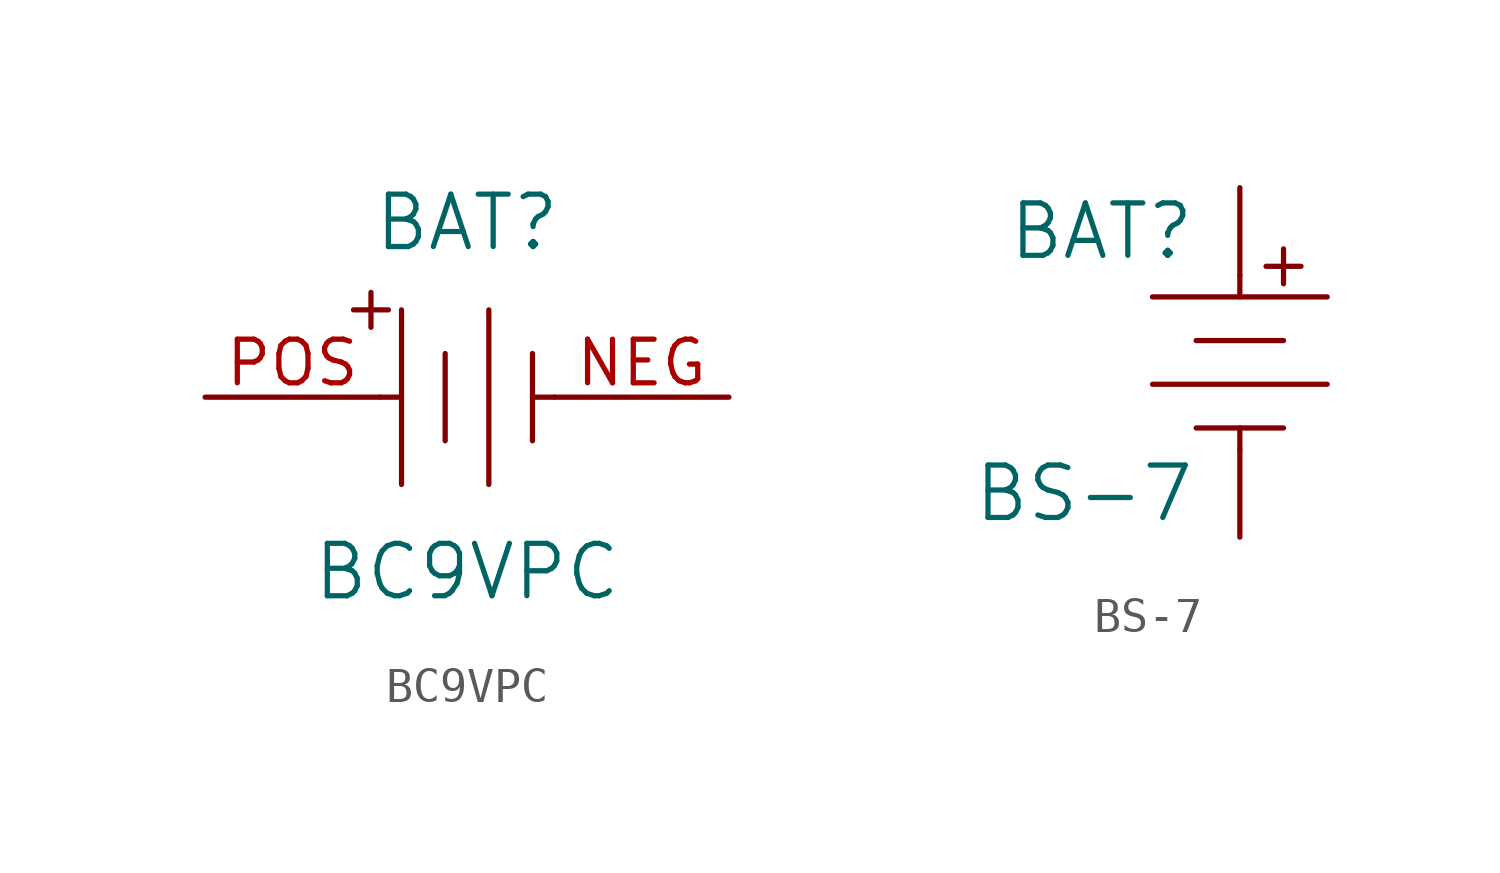
<source format=kicad_sym>
(kicad_symbol_lib
  (version 20201005)
  (generator kicad_symbol_editor)
  (symbol "BC9VPC"
    (pin_names
      (offset 1.016))
    (property "Reference" "BAT"
      (at 0 5.08 0)
      (effects (font (size 1.524 1.524))))
    (property "Value" "BC9VPC"
      (at 0 -5.08 0)
      (effects (font (size 1.524 1.524))))
    (symbol "BC9VPC_1_1"
      (polyline (pts (xy -2.794 3.048) (xy -2.794 2.032)) (stroke (width 0)) (fill (type none)))
      (polyline (pts (xy -2.286 2.54) (xy -3.302 2.54)) (stroke (width 0)) (fill (type none)))
      (polyline (pts (xy -1.905 0) (xy -2.54 0)) (stroke (width 0)) (fill (type none)))
      (polyline (pts (xy -1.905 2.54) (xy -1.905 -2.54)) (stroke (width 0)) (fill (type none)))
      (polyline (pts (xy -0.635 1.27) (xy -0.635 -1.27)) (stroke (width 0)) (fill (type none)))
      (polyline (pts (xy 0.635 2.54) (xy 0.635 -2.54)) (stroke (width 0)) (fill (type none)))
      (polyline (pts (xy 1.905 1.27) (xy 1.905 -1.27)) (stroke (width 0)) (fill (type none)))
      (polyline (pts (xy 2.54 0) (xy 1.905 0)) (stroke (width 0)) (fill (type none)))
      (pin power_in line (at 7.62 0 180) (length 5.08) (name "~" (effects (font (size 1.27 1.27)))) (number "NEG" (effects (font (size 1.27 1.27)))))
      (pin power_in line (at -7.62 0 0) (length 5.08) (name "~" (effects (font (size 1.27 1.27)))) (number "POS" (effects (font (size 1.27 1.27)))))))
  (symbol "BS-7"
    (pin_numbers hide)
    (pin_names
      (offset 1.016))
    (property "Reference" "BAT"
      (at -1.27 3.81 0)
      (effects (font (size 1.524 1.524)) (justify right)))
    (property "Value" "BS-7"
      (at -1.27 -3.81 0)
      (effects (font (size 1.524 1.524)) (justify right)))
    (symbol "BS-7_1_1"
      (polyline (pts (xy 0 -2.54) (xy 0 -1.905)) (stroke (width 0)) (fill (type none)))
      (polyline (pts (xy 0 1.905) (xy 0 2.54)) (stroke (width 0)) (fill (type none)))
      (polyline (pts (xy 1.27 -1.905) (xy -1.27 -1.905)) (stroke (width 0)) (fill (type none)))
      (polyline (pts (xy 1.27 0.635) (xy -1.27 0.635)) (stroke (width 0)) (fill (type none)))
      (polyline (pts (xy 1.27 2.286) (xy 1.27 3.302)) (stroke (width 0)) (fill (type none)))
      (polyline (pts (xy 1.778 2.794) (xy 0.762 2.794)) (stroke (width 0)) (fill (type none)))
      (polyline (pts (xy 2.54 -0.635) (xy -2.54 -0.635)) (stroke (width 0)) (fill (type none)))
      (polyline (pts (xy 2.54 1.905) (xy -2.54 1.905)) (stroke (width 0)) (fill (type none)))
      (pin power_out line (at 0 -5.08 90) (length 2.54) (name "~" (effects (font (size 1.27 1.27)))) (number "Neg" (effects (font (size 1.27 1.27)))))
      (pin power_out line (at 0 5.08 270) (length 2.54) (name "~" (effects (font (size 1.27 1.27)))) (number "Pos" (effects (font (size 1.27 1.27))))))))
</source>
